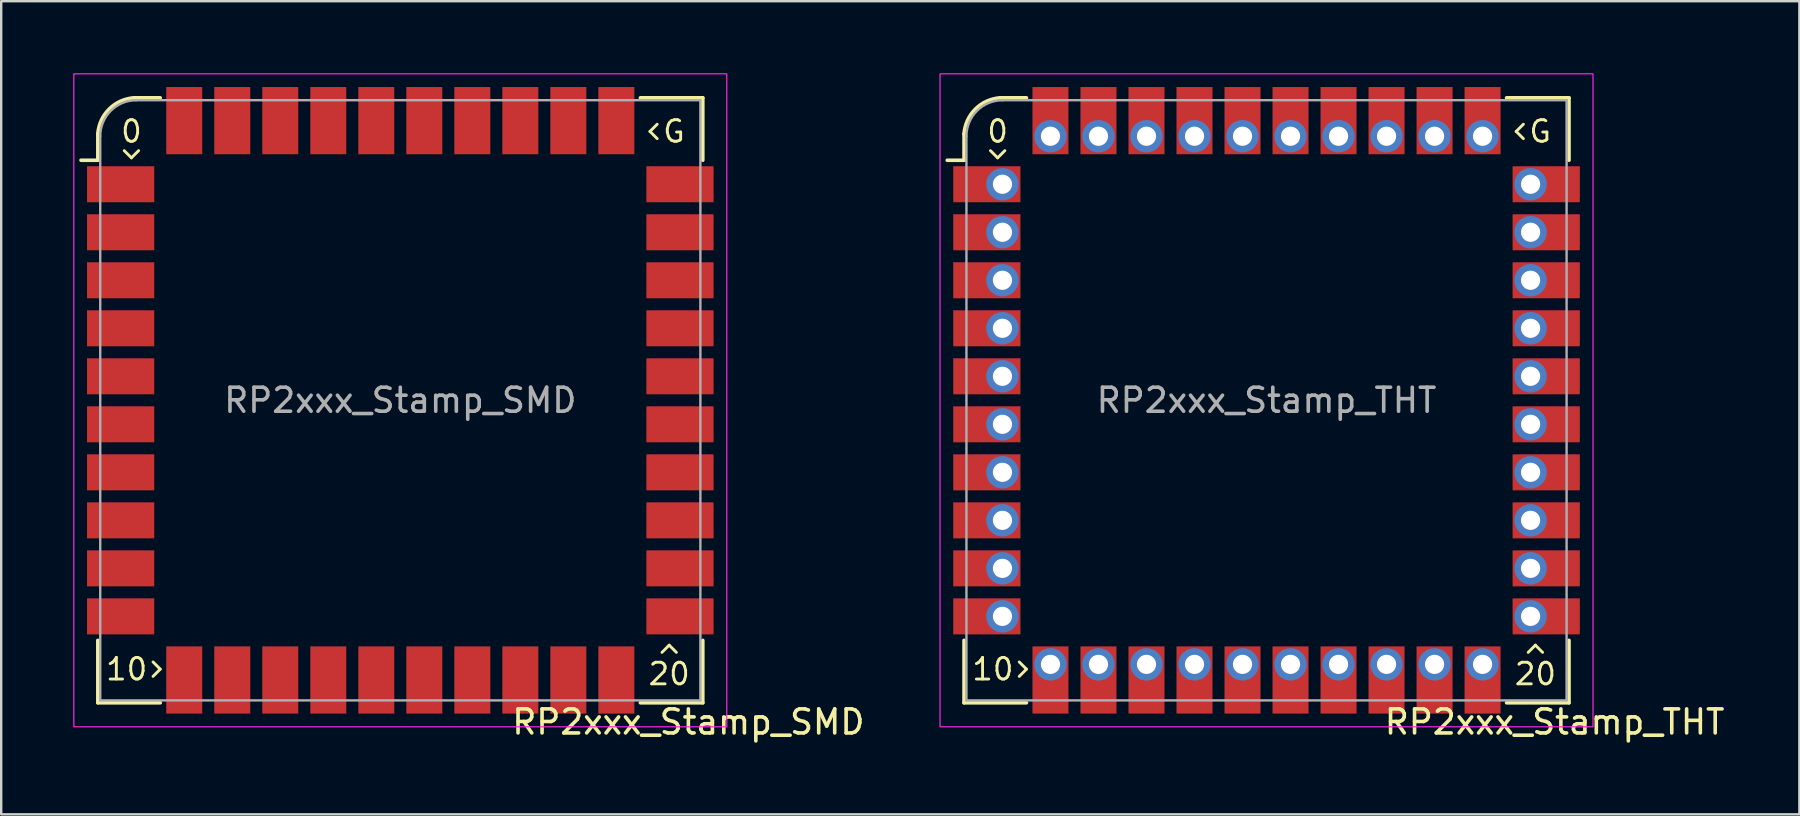
<source format=kicad_pcb>
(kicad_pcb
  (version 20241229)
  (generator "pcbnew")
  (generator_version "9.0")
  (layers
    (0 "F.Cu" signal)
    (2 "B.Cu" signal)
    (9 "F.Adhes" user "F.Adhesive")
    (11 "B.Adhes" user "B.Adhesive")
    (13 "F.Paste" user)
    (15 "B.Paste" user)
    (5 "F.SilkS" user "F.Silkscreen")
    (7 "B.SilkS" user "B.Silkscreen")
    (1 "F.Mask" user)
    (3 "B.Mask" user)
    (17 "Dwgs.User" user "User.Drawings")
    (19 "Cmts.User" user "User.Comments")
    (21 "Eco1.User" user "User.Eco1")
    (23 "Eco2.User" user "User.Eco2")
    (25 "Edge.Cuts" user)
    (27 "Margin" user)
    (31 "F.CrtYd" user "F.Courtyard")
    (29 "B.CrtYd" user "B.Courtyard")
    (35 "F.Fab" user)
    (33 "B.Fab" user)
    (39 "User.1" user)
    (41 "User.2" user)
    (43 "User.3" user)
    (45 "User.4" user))
  (footprint "RP2xxx_Stamp_SMD"
    (layer "F.Cu")
    (at 13.625 13.625)
    (property "Reference" "RP2xxx_Stamp_SMD" (at 12 13.4 0) (unlocked yes) (layer "F.SilkS") (effects (font (size 1 1) (thickness 0.15))))
    (attr through_hole)
    (fp_line (start -12.6 -10) (end -13.3 -10) (stroke (width 0.15) (type solid)) (layer "F.SilkS"))
    (fp_line (start -12.6 -10) (end -12.6 -11.1) (stroke (width 0.15) (type solid)) (layer "F.SilkS"))
    (fp_line (start -12.6 12.6) (end -12.6 10) (stroke (width 0.15) (type solid)) (layer "F.SilkS"))
    (fp_line (start -11.5 -10.4) (end -11.2 -10.1) (stroke (width 0.12) (type solid)) (layer "F.SilkS"))
    (fp_line (start -11.2 -10.1) (end -10.9 -10.4) (stroke (width 0.12) (type solid)) (layer "F.SilkS"))
    (fp_line (start -11.1 -12.6) (end -10 -12.6) (stroke (width 0.15) (type solid)) (layer "F.SilkS"))
    (fp_line (start -10.3 11.5) (end -10 11.2) (stroke (width 0.12) (type solid)) (layer "F.SilkS"))
    (fp_line (start -10 11.2) (end -10.3 10.9) (stroke (width 0.12) (type solid)) (layer "F.SilkS"))
    (fp_line (start -10 12.6) (end -12.6 12.6) (stroke (width 0.15) (type solid)) (layer "F.SilkS"))
    (fp_line (start 10 -12.6) (end 12.6 -12.6) (stroke (width 0.15) (type solid)) (layer "F.SilkS"))
    (fp_line (start 10.4 -11.2) (end 10.7 -10.9) (stroke (width 0.12) (type solid)) (layer "F.SilkS"))
    (fp_line (start 10.7 -11.5) (end 10.4 -11.2) (stroke (width 0.12) (type solid)) (layer "F.SilkS"))
    (fp_line (start 11.2 10.2) (end 10.9 10.5) (stroke (width 0.12) (type solid)) (layer "F.SilkS"))
    (fp_line (start 11.5 10.5) (end 11.2 10.2) (stroke (width 0.12) (type solid)) (layer "F.SilkS"))
    (fp_line (start 12.6 -12.6) (end 12.6 -10) (stroke (width 0.15) (type solid)) (layer "F.SilkS"))
    (fp_line (start 12.6 10) (end 12.6 12.6) (stroke (width 0.15) (type solid)) (layer "F.SilkS"))
    (fp_line (start 12.6 12.6) (end 10 12.6) (stroke (width 0.15) (type solid)) (layer "F.SilkS"))
    (fp_arc (start -12.6 -11.1) (mid -12.129432 -12.129432) (end -11.1 -12.6) (stroke (width 0.15) (type solid)) (layer "F.SilkS"))
    (fp_rect (start -13.6 -13.6) (end 13.6 13.6) (stroke (width 0.05) (type solid)) (fill no) (layer "F.CrtYd"))
    (fp_line (start -12.5 12.5) (end -12.5 -11) (stroke (width 0.1) (type solid)) (layer "F.Fab"))
    (fp_line (start -11 -12.5) (end 12.5 -12.5) (stroke (width 0.1) (type solid)) (layer "F.Fab"))
    (fp_line (start 12.5 -12.5) (end 12.5 12.5) (stroke (width 0.1) (type solid)) (layer "F.Fab"))
    (fp_line (start 12.5 12.5) (end -12.5 12.5) (stroke (width 0.1) (type solid)) (layer "F.Fab"))
    (fp_arc (start -12.500003 -11.000003) (mid -12.060661 -12.060662) (end -11 -12.5) (stroke (width 0.1) (type solid)) (layer "F.Fab"))
    (fp_text user "20" (at 11.2 11.4 0) (unlocked yes) (layer "F.SilkS") (effects (font (size 0.9 0.9) (thickness 0.12))))
    (fp_text user "0" (at -11.2 -11.2 0) (unlocked yes) (layer "F.SilkS") (effects (font (size 0.9 0.9) (thickness 0.12))))
    (fp_text user "G" (at 11.4 -11.2 0) (unlocked yes) (layer "F.SilkS") (effects (font (size 0.9 0.9) (thickness 0.12))))
    (fp_text user "10" (at -11.4 11.2 0) (unlocked yes) (layer "F.SilkS") (effects (font (size 0.9 0.9) (thickness 0.12))))
    (fp_text user "${REFERENCE}" (at 0 0 0) (unlocked yes) (layer "F.Fab") (effects (font (size 1 1) (thickness 0.15))))
    (pad "1" smd rect (at -11.65 -9) (size 2.8 1.5) (layers "F.Cu" "F.Mask" "F.Paste"))
    (pad "2" smd rect (at -11.65 -7) (size 2.8 1.5) (layers "F.Cu" "F.Mask" "F.Paste"))
    (pad "3" smd rect (at -11.65 -5) (size 2.8 1.5) (layers "F.Cu" "F.Mask" "F.Paste"))
    (pad "4" smd rect (at -11.65 -3) (size 2.8 1.5) (layers "F.Cu" "F.Mask" "F.Paste"))
    (pad "5" smd rect (at -11.65 -1) (size 2.8 1.5) (layers "F.Cu" "F.Mask" "F.Paste"))
    (pad "6" smd rect (at -11.65 1) (size 2.8 1.5) (layers "F.Cu" "F.Mask" "F.Paste"))
    (pad "7" smd rect (at -11.65 3) (size 2.8 1.5) (layers "F.Cu" "F.Mask" "F.Paste"))
    (pad "8" smd rect (at -11.65 5) (size 2.8 1.5) (layers "F.Cu" "F.Mask" "F.Paste"))
    (pad "9" smd rect (at -11.65 7) (size 2.8 1.5) (layers "F.Cu" "F.Mask" "F.Paste"))
    (pad "10" smd rect (at -11.65 9) (size 2.8 1.5) (layers "F.Cu" "F.Mask" "F.Paste"))
    (pad "11" smd rect (at -9 11.65 270) (size 2.8 1.5) (layers "F.Cu" "F.Mask" "F.Paste"))
    (pad "12" smd rect (at -7 11.65 270) (size 2.8 1.5) (layers "F.Cu" "F.Mask" "F.Paste"))
    (pad "13" smd rect (at -5 11.65 270) (size 2.8 1.5) (layers "F.Cu" "F.Mask" "F.Paste"))
    (pad "14" smd rect (at -3 11.65 270) (size 2.8 1.5) (layers "F.Cu" "F.Mask" "F.Paste"))
    (pad "15" smd rect (at -1 11.65 270) (size 2.8 1.5) (layers "F.Cu" "F.Mask" "F.Paste"))
    (pad "16" smd rect (at 1 11.65 270) (size 2.8 1.5) (layers "F.Cu" "F.Mask" "F.Paste"))
    (pad "17" smd rect (at 3 11.65 270) (size 2.8 1.5) (layers "F.Cu" "F.Mask" "F.Paste"))
    (pad "18" smd rect (at 5 11.65 270) (size 2.8 1.5) (layers "F.Cu" "F.Mask" "F.Paste"))
    (pad "19" smd rect (at 7 11.65 270) (size 2.8 1.5) (layers "F.Cu" "F.Mask" "F.Paste"))
    (pad "20" smd rect (at 9 11.65 270) (size 2.8 1.5) (layers "F.Cu" "F.Mask" "F.Paste"))
    (pad "21" smd rect (at 11.65 9) (size 2.8 1.5) (layers "F.Cu" "F.Mask" "F.Paste"))
    (pad "22" smd rect (at 11.65 7) (size 2.8 1.5) (layers "F.Cu" "F.Mask" "F.Paste"))
    (pad "23" smd rect (at 11.65 5) (size 2.8 1.5) (layers "F.Cu" "F.Mask" "F.Paste"))
    (pad "24" smd rect (at 11.65 3) (size 2.8 1.5) (layers "F.Cu" "F.Mask" "F.Paste"))
    (pad "25" smd rect (at 11.65 1) (size 2.8 1.5) (layers "F.Cu" "F.Mask" "F.Paste"))
    (pad "26" smd rect (at 11.65 -1) (size 2.8 1.5) (layers "F.Cu" "F.Mask" "F.Paste"))
    (pad "27" smd rect (at 11.65 -3) (size 2.8 1.5) (layers "F.Cu" "F.Mask" "F.Paste"))
    (pad "28" smd rect (at 11.65 -5) (size 2.8 1.5) (layers "F.Cu" "F.Mask" "F.Paste"))
    (pad "29" smd rect (at 11.65 -7) (size 2.8 1.5) (layers "F.Cu" "F.Mask" "F.Paste"))
    (pad "30" smd rect (at 11.65 -9) (size 2.8 1.5) (layers "F.Cu" "F.Mask" "F.Paste"))
    (pad "31" smd rect (at 9 -11.65 270) (size 2.8 1.5) (layers "F.Cu" "F.Mask" "F.Paste"))
    (pad "32" smd rect (at 7 -11.65 270) (size 2.8 1.5) (layers "F.Cu" "F.Mask" "F.Paste"))
    (pad "33" smd rect (at 5 -11.65 270) (size 2.8 1.5) (layers "F.Cu" "F.Mask" "F.Paste"))
    (pad "34" smd rect (at 3 -11.65 270) (size 2.8 1.5) (layers "F.Cu" "F.Mask" "F.Paste"))
    (pad "35" smd rect (at 1 -11.65 270) (size 2.8 1.5) (layers "F.Cu" "F.Mask" "F.Paste"))
    (pad "36" smd rect (at -1 -11.65 270) (size 2.8 1.5) (layers "F.Cu" "F.Mask" "F.Paste"))
    (pad "37" smd rect (at -3 -11.65 270) (size 2.8 1.5) (layers "F.Cu" "F.Mask" "F.Paste"))
    (pad "38" smd rect (at -5 -11.65 270) (size 2.8 1.5) (layers "F.Cu" "F.Mask" "F.Paste"))
    (pad "39" smd rect (at -7 -11.65 270) (size 2.8 1.5) (layers "F.Cu" "F.Mask" "F.Paste"))
    (pad "40" smd rect (at -9 -11.65 270) (size 2.8 1.5) (layers "F.Cu" "F.Mask" "F.Paste")))
  (footprint "RP2xxx_Stamp_THT"
    (layer "F.Cu")
    (at 49.708 13.625)
    (property "Reference" "RP2xxx_Stamp_THT" (at 12 13.4 0) (unlocked yes) (layer "F.SilkS") (effects (font (size 1 1) (thickness 0.15))))
    (attr through_hole)
    (fp_line (start -12.6 -10) (end -13.3 -10) (stroke (width 0.15) (type solid)) (layer "F.SilkS"))
    (fp_line (start -12.6 -10) (end -12.6 -11.1) (stroke (width 0.15) (type solid)) (layer "F.SilkS"))
    (fp_line (start -12.6 12.6) (end -12.6 10) (stroke (width 0.15) (type solid)) (layer "F.SilkS"))
    (fp_line (start -11.5 -10.4) (end -11.2 -10.1) (stroke (width 0.12) (type solid)) (layer "F.SilkS"))
    (fp_line (start -11.2 -10.1) (end -10.9 -10.4) (stroke (width 0.12) (type solid)) (layer "F.SilkS"))
    (fp_line (start -11.1 -12.6) (end -10 -12.6) (stroke (width 0.15) (type solid)) (layer "F.SilkS"))
    (fp_line (start -10.3 11.5) (end -10 11.2) (stroke (width 0.12) (type solid)) (layer "F.SilkS"))
    (fp_line (start -10 11.2) (end -10.3 10.9) (stroke (width 0.12) (type solid)) (layer "F.SilkS"))
    (fp_line (start -10 12.6) (end -12.6 12.6) (stroke (width 0.15) (type solid)) (layer "F.SilkS"))
    (fp_line (start 10 -12.6) (end 12.6 -12.6) (stroke (width 0.15) (type solid)) (layer "F.SilkS"))
    (fp_line (start 10.4 -11.2) (end 10.7 -10.9) (stroke (width 0.12) (type solid)) (layer "F.SilkS"))
    (fp_line (start 10.7 -11.5) (end 10.4 -11.2) (stroke (width 0.12) (type solid)) (layer "F.SilkS"))
    (fp_line (start 11.2 10.2) (end 10.9 10.5) (stroke (width 0.12) (type solid)) (layer "F.SilkS"))
    (fp_line (start 11.5 10.5) (end 11.2 10.2) (stroke (width 0.12) (type solid)) (layer "F.SilkS"))
    (fp_line (start 12.6 -12.6) (end 12.6 -10) (stroke (width 0.15) (type solid)) (layer "F.SilkS"))
    (fp_line (start 12.6 10) (end 12.6 12.6) (stroke (width 0.15) (type solid)) (layer "F.SilkS"))
    (fp_line (start 12.6 12.6) (end 10 12.6) (stroke (width 0.15) (type solid)) (layer "F.SilkS"))
    (fp_arc (start -12.6 -11.1) (mid -12.129432 -12.129432) (end -11.1 -12.6) (stroke (width 0.15) (type solid)) (layer "F.SilkS"))
    (fp_rect (start -13.6 -13.6) (end 13.6 13.6) (stroke (width 0.05) (type solid)) (fill no) (layer "F.CrtYd"))
    (fp_line (start -12.5 12.5) (end -12.5 -11) (stroke (width 0.1) (type solid)) (layer "F.Fab"))
    (fp_line (start -11 -12.5) (end 12.5 -12.5) (stroke (width 0.1) (type solid)) (layer "F.Fab"))
    (fp_line (start 12.5 -12.5) (end 12.5 12.5) (stroke (width 0.1) (type solid)) (layer "F.Fab"))
    (fp_line (start 12.5 12.5) (end -12.5 12.5) (stroke (width 0.1) (type solid)) (layer "F.Fab"))
    (fp_arc (start -12.500003 -11.000003) (mid -12.060661 -12.060662) (end -11 -12.5) (stroke (width 0.1) (type solid)) (layer "F.Fab"))
    (fp_text user "10" (at -11.4 11.2 0) (unlocked yes) (layer "F.SilkS") (effects (font (size 0.9 0.9) (thickness 0.12))))
    (fp_text user "G" (at 11.4 -11.2 0) (unlocked yes) (layer "F.SilkS") (effects (font (size 0.9 0.9) (thickness 0.12))))
    (fp_text user "20" (at 11.2 11.4 0) (unlocked yes) (layer "F.SilkS") (effects (font (size 0.9 0.9) (thickness 0.12))))
    (fp_text user "0" (at -11.2 -11.2 0) (unlocked yes) (layer "F.SilkS") (effects (font (size 0.9 0.9) (thickness 0.12))))
    (fp_text user "${REFERENCE}" (at 0 0 0) (unlocked yes) (layer "F.Fab") (effects (font (size 1 1) (thickness 0.15))))
    (pad "1" smd rect (at -11.65 -9) (size 2.8 1.5) (layers "F.Cu" "F.Mask" "F.Paste"))
    (pad "1" thru_hole circle (at -11 -9) (size 1.35 1.35) (drill 0.8) (layers "*.Cu" "*.Mask"))
    (pad "2" smd rect (at -11.65 -7) (size 2.8 1.5) (layers "F.Cu" "F.Mask" "F.Paste"))
    (pad "2" thru_hole oval (at -11 -7) (size 1.35 1.35) (drill 0.8) (layers "*.Cu" "*.Mask"))
    (pad "3" smd rect (at -11.65 -5) (size 2.8 1.5) (layers "F.Cu" "F.Mask" "F.Paste"))
    (pad "3" thru_hole oval (at -11 -5) (size 1.35 1.35) (drill 0.8) (layers "*.Cu" "*.Mask"))
    (pad "4" smd rect (at -11.65 -3) (size 2.8 1.5) (layers "F.Cu" "F.Mask" "F.Paste"))
    (pad "4" thru_hole oval (at -11 -3) (size 1.35 1.35) (drill 0.8) (layers "*.Cu" "*.Mask"))
    (pad "5" smd rect (at -11.65 -1) (size 2.8 1.5) (layers "F.Cu" "F.Mask" "F.Paste"))
    (pad "5" thru_hole oval (at -11 -1) (size 1.35 1.35) (drill 0.8) (layers "*.Cu" "*.Mask"))
    (pad "6" smd rect (at -11.65 1) (size 2.8 1.5) (layers "F.Cu" "F.Mask" "F.Paste"))
    (pad "6" thru_hole oval (at -11 1) (size 1.35 1.35) (drill 0.8) (layers "*.Cu" "*.Mask"))
    (pad "7" smd rect (at -11.65 3) (size 2.8 1.5) (layers "F.Cu" "F.Mask" "F.Paste"))
    (pad "7" thru_hole oval (at -11 3) (size 1.35 1.35) (drill 0.8) (layers "*.Cu" "*.Mask"))
    (pad "8" smd rect (at -11.65 5) (size 2.8 1.5) (layers "F.Cu" "F.Mask" "F.Paste"))
    (pad "8" thru_hole oval (at -11 5) (size 1.35 1.35) (drill 0.8) (layers "*.Cu" "*.Mask"))
    (pad "9" smd rect (at -11.65 7) (size 2.8 1.5) (layers "F.Cu" "F.Mask" "F.Paste"))
    (pad "9" thru_hole oval (at -11 7) (size 1.35 1.35) (drill 0.8) (layers "*.Cu" "*.Mask"))
    (pad "10" smd rect (at -11.65 9) (size 2.8 1.5) (layers "F.Cu" "F.Mask" "F.Paste"))
    (pad "10" thru_hole oval (at -11 9) (size 1.35 1.35) (drill 0.8) (layers "*.Cu" "*.Mask"))
    (pad "11" thru_hole oval (at -9 11) (size 1.35 1.35) (drill 0.8) (layers "*.Cu" "*.Mask"))
    (pad "11" smd rect (at -9 11.65 270) (size 2.8 1.5) (layers "F.Cu" "F.Mask" "F.Paste"))
    (pad "12" thru_hole oval (at -7 11) (size 1.35 1.35) (drill 0.8) (layers "*.Cu" "*.Mask"))
    (pad "12" smd rect (at -7 11.65 270) (size 2.8 1.5) (layers "F.Cu" "F.Mask" "F.Paste"))
    (pad "13" thru_hole oval (at -5 11) (size 1.35 1.35) (drill 0.8) (layers "*.Cu" "*.Mask"))
    (pad "13" smd rect (at -5 11.65 270) (size 2.8 1.5) (layers "F.Cu" "F.Mask" "F.Paste"))
    (pad "14" thru_hole oval (at -3 11) (size 1.35 1.35) (drill 0.8) (layers "*.Cu" "*.Mask"))
    (pad "14" smd rect (at -3 11.65 270) (size 2.8 1.5) (layers "F.Cu" "F.Mask" "F.Paste"))
    (pad "15" thru_hole oval (at -1 11) (size 1.35 1.35) (drill 0.8) (layers "*.Cu" "*.Mask"))
    (pad "15" smd rect (at -1 11.65 270) (size 2.8 1.5) (layers "F.Cu" "F.Mask" "F.Paste"))
    (pad "16" thru_hole oval (at 1 11) (size 1.35 1.35) (drill 0.8) (layers "*.Cu" "*.Mask"))
    (pad "16" smd rect (at 1 11.65 270) (size 2.8 1.5) (layers "F.Cu" "F.Mask" "F.Paste"))
    (pad "17" thru_hole oval (at 3 11) (size 1.35 1.35) (drill 0.8) (layers "*.Cu" "*.Mask"))
    (pad "17" smd rect (at 3 11.65 270) (size 2.8 1.5) (layers "F.Cu" "F.Mask" "F.Paste"))
    (pad "18" thru_hole oval (at 5 11) (size 1.35 1.35) (drill 0.8) (layers "*.Cu" "*.Mask"))
    (pad "18" smd rect (at 5 11.65 270) (size 2.8 1.5) (layers "F.Cu" "F.Mask" "F.Paste"))
    (pad "19" thru_hole oval (at 7 11) (size 1.35 1.35) (drill 0.8) (layers "*.Cu" "*.Mask"))
    (pad "19" smd rect (at 7 11.65 270) (size 2.8 1.5) (layers "F.Cu" "F.Mask" "F.Paste"))
    (pad "20" thru_hole oval (at 9 11) (size 1.35 1.35) (drill 0.8) (layers "*.Cu" "*.Mask"))
    (pad "20" smd rect (at 9 11.65 270) (size 2.8 1.5) (layers "F.Cu" "F.Mask" "F.Paste"))
    (pad "21" thru_hole oval (at 11 9) (size 1.35 1.35) (drill 0.8) (layers "*.Cu" "*.Mask"))
    (pad "21" smd rect (at 11.65 9) (size 2.8 1.5) (layers "F.Cu" "F.Mask" "F.Paste"))
    (pad "22" thru_hole oval (at 11 7) (size 1.35 1.35) (drill 0.8) (layers "*.Cu" "*.Mask"))
    (pad "22" smd rect (at 11.65 7) (size 2.8 1.5) (layers "F.Cu" "F.Mask" "F.Paste"))
    (pad "23" thru_hole oval (at 11 5) (size 1.35 1.35) (drill 0.8) (layers "*.Cu" "*.Mask"))
    (pad "23" smd rect (at 11.65 5) (size 2.8 1.5) (layers "F.Cu" "F.Mask" "F.Paste"))
    (pad "24" thru_hole oval (at 11 3) (size 1.35 1.35) (drill 0.8) (layers "*.Cu" "*.Mask"))
    (pad "24" smd rect (at 11.65 3) (size 2.8 1.5) (layers "F.Cu" "F.Mask" "F.Paste"))
    (pad "25" thru_hole oval (at 11 1) (size 1.35 1.35) (drill 0.8) (layers "*.Cu" "*.Mask"))
    (pad "25" smd rect (at 11.65 1) (size 2.8 1.5) (layers "F.Cu" "F.Mask" "F.Paste"))
    (pad "26" thru_hole oval (at 11 -1) (size 1.35 1.35) (drill 0.8) (layers "*.Cu" "*.Mask"))
    (pad "26" smd rect (at 11.65 -1) (size 2.8 1.5) (layers "F.Cu" "F.Mask" "F.Paste"))
    (pad "27" thru_hole oval (at 11 -3) (size 1.35 1.35) (drill 0.8) (layers "*.Cu" "*.Mask"))
    (pad "27" smd rect (at 11.65 -3) (size 2.8 1.5) (layers "F.Cu" "F.Mask" "F.Paste"))
    (pad "28" thru_hole oval (at 11 -5) (size 1.35 1.35) (drill 0.8) (layers "*.Cu" "*.Mask"))
    (pad "28" smd rect (at 11.65 -5) (size 2.8 1.5) (layers "F.Cu" "F.Mask" "F.Paste"))
    (pad "29" thru_hole oval (at 11 -7) (size 1.35 1.35) (drill 0.8) (layers "*.Cu" "*.Mask"))
    (pad "29" smd rect (at 11.65 -7) (size 2.8 1.5) (layers "F.Cu" "F.Mask" "F.Paste"))
    (pad "30" thru_hole oval (at 11 -9) (size 1.35 1.35) (drill 0.8) (layers "*.Cu" "*.Mask"))
    (pad "30" smd rect (at 11.65 -9) (size 2.8 1.5) (layers "F.Cu" "F.Mask" "F.Paste"))
    (pad "31" smd rect (at 9 -11.65 270) (size 2.8 1.5) (layers "F.Cu" "F.Mask" "F.Paste"))
    (pad "31" thru_hole oval (at 9 -11) (size 1.35 1.35) (drill 0.8) (layers "*.Cu" "*.Mask"))
    (pad "32" smd rect (at 7 -11.65 270) (size 2.8 1.5) (layers "F.Cu" "F.Mask" "F.Paste"))
    (pad "32" thru_hole oval (at 7 -11) (size 1.35 1.35) (drill 0.8) (layers "*.Cu" "*.Mask"))
    (pad "33" smd rect (at 5 -11.65 270) (size 2.8 1.5) (layers "F.Cu" "F.Mask" "F.Paste"))
    (pad "33" thru_hole oval (at 5 -11) (size 1.35 1.35) (drill 0.8) (layers "*.Cu" "*.Mask"))
    (pad "34" smd rect (at 3 -11.65 270) (size 2.8 1.5) (layers "F.Cu" "F.Mask" "F.Paste"))
    (pad "34" thru_hole oval (at 3 -11) (size 1.35 1.35) (drill 0.8) (layers "*.Cu" "*.Mask"))
    (pad "35" smd rect (at 1 -11.65 270) (size 2.8 1.5) (layers "F.Cu" "F.Mask" "F.Paste"))
    (pad "35" thru_hole oval (at 1 -11) (size 1.35 1.35) (drill 0.8) (layers "*.Cu" "*.Mask"))
    (pad "36" smd rect (at -1 -11.65 270) (size 2.8 1.5) (layers "F.Cu" "F.Mask" "F.Paste"))
    (pad "36" thru_hole oval (at -1 -11) (size 1.35 1.35) (drill 0.8) (layers "*.Cu" "*.Mask"))
    (pad "37" smd rect (at -3 -11.65 270) (size 2.8 1.5) (layers "F.Cu" "F.Mask" "F.Paste"))
    (pad "37" thru_hole oval (at -3 -11) (size 1.35 1.35) (drill 0.8) (layers "*.Cu" "*.Mask"))
    (pad "38" smd rect (at -5 -11.65 270) (size 2.8 1.5) (layers "F.Cu" "F.Mask" "F.Paste"))
    (pad "38" thru_hole oval (at -5 -11) (size 1.35 1.35) (drill 0.8) (layers "*.Cu" "*.Mask"))
    (pad "39" smd rect (at -7 -11.65 270) (size 2.8 1.5) (layers "F.Cu" "F.Mask" "F.Paste"))
    (pad "39" thru_hole oval (at -7 -11) (size 1.35 1.35) (drill 0.8) (layers "*.Cu" "*.Mask"))
    (pad "40" smd rect (at -9 -11.65 270) (size 2.8 1.5) (layers "F.Cu" "F.Mask" "F.Paste"))
    (pad "40" thru_hole oval (at -9 -11) (size 1.35 1.35) (drill 0.8) (layers "*.Cu" "*.Mask")))
  (gr_rect
    (start -3 -3)
    (end 71.905 30.873)
    (stroke (width 0.1) (type default))
    (fill no)
    (layer "Edge.Cuts")))
</source>
